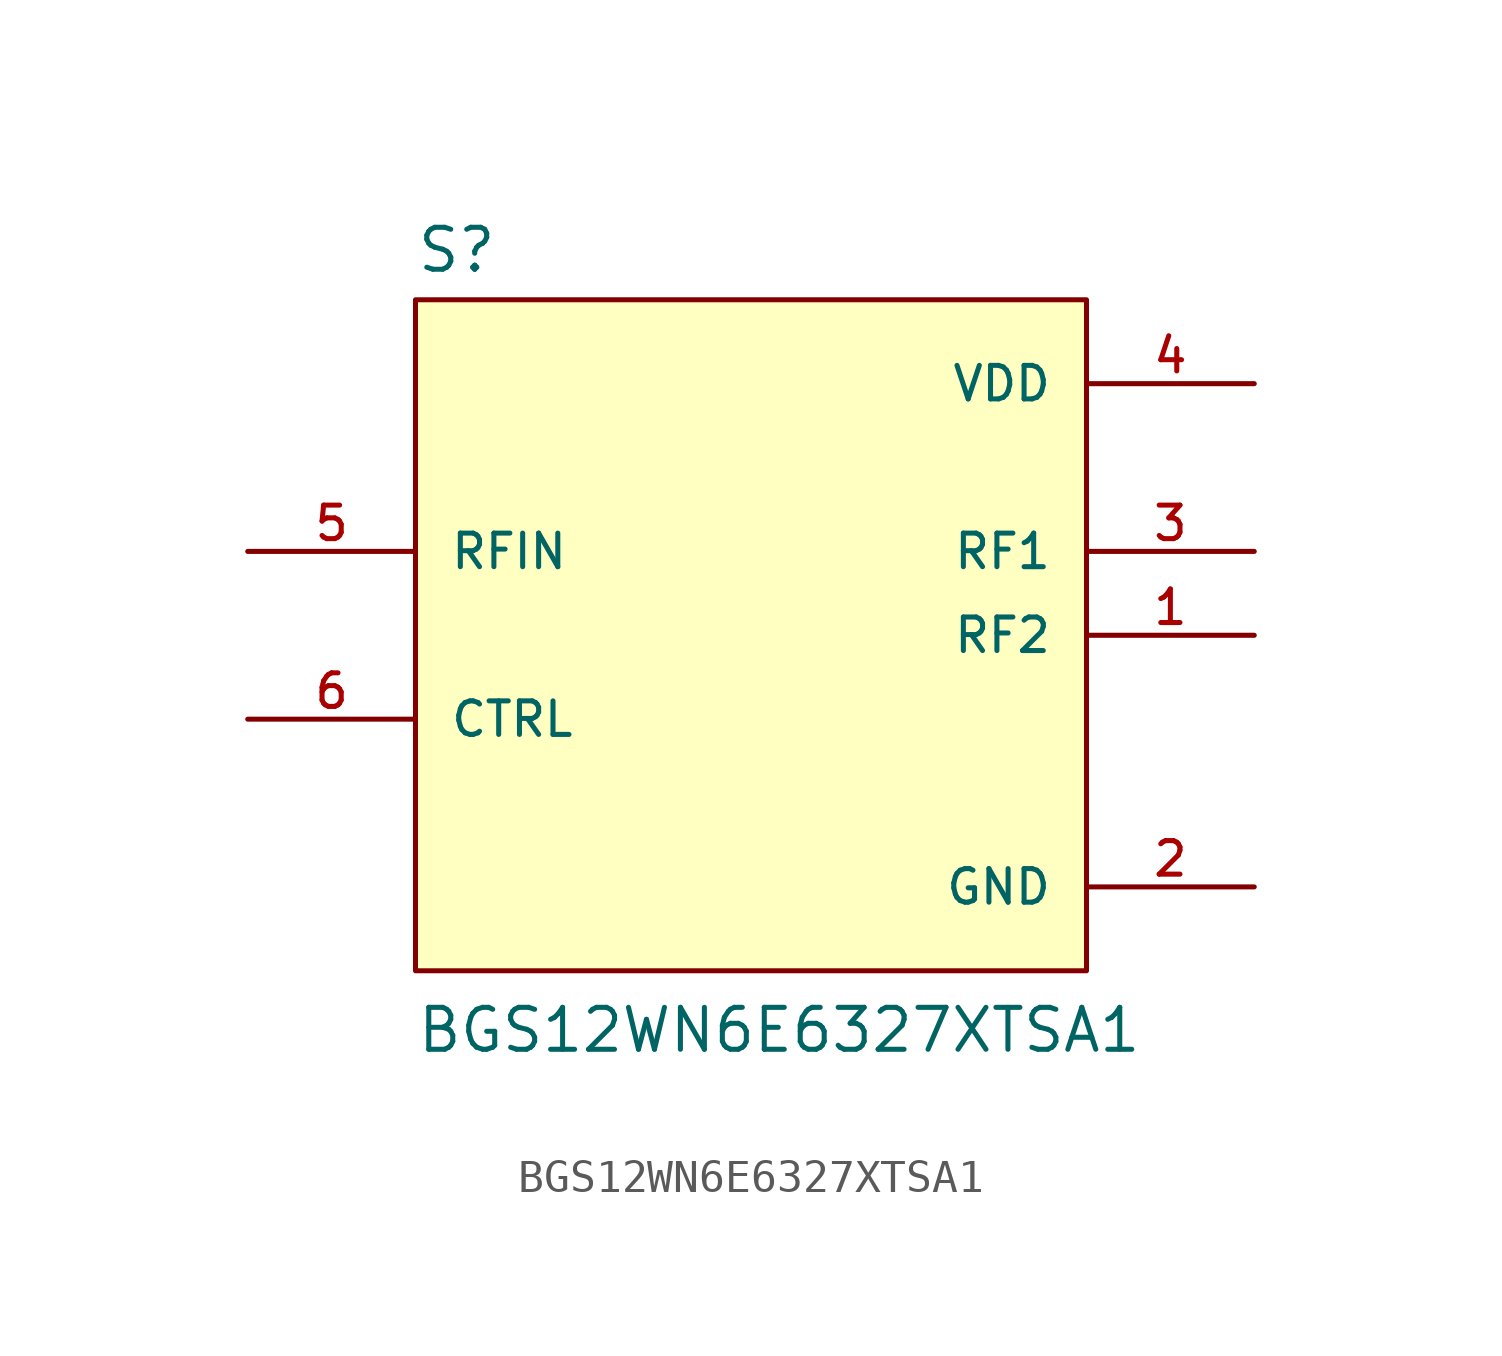
<source format=kicad_sym>
(kicad_symbol_lib
  (version 20211014)
  (generator kicad_symbol_editor)
  (symbol "BGS12WN6E6327XTSA1"
    (pin_names
      (offset 1.016))
    (property "Reference" "S"
      (at -10.16 10.922 0)
      (effects (font (size 1.27 1.27)) (justify bottom left)))
    (property "Value" "BGS12WN6E6327XTSA1"
      (at -10.16 -12.7 0)
      (effects (font (size 1.27 1.27)) (justify bottom left)))
    (symbol "BGS12WN6E6327XTSA1_0_0"
      (rectangle (start -10.16 -10.16) (end 10.16 10.16) (stroke (width 0.152)) (fill (type background)))
      (pin bidirectional line (at 15.24 0.0 180.0) (length 5.08) (name "RF2" (effects (font (size 1.016 1.016)))) (number "1" (effects (font (size 1.016 1.016)))))
      (pin bidirectional line (at 15.24 2.54 180.0) (length 5.08) (name "RF1" (effects (font (size 1.016 1.016)))) (number "3" (effects (font (size 1.016 1.016)))))
      (pin power_in line (at 15.24 7.62 180.0) (length 5.08) (name "VDD" (effects (font (size 1.016 1.016)))) (number "4" (effects (font (size 1.016 1.016)))))
      (pin power_in line (at 15.24 -7.62 180.0) (length 5.08) (name "GND" (effects (font (size 1.016 1.016)))) (number "2" (effects (font (size 1.016 1.016)))))
      (pin input line (at -15.24 2.54 0) (length 5.08) (name "RFIN" (effects (font (size 1.016 1.016)))) (number "5" (effects (font (size 1.016 1.016)))))
      (pin input line (at -15.24 -2.54 0) (length 5.08) (name "CTRL" (effects (font (size 1.016 1.016)))) (number "6" (effects (font (size 1.016 1.016))))))))
</source>
